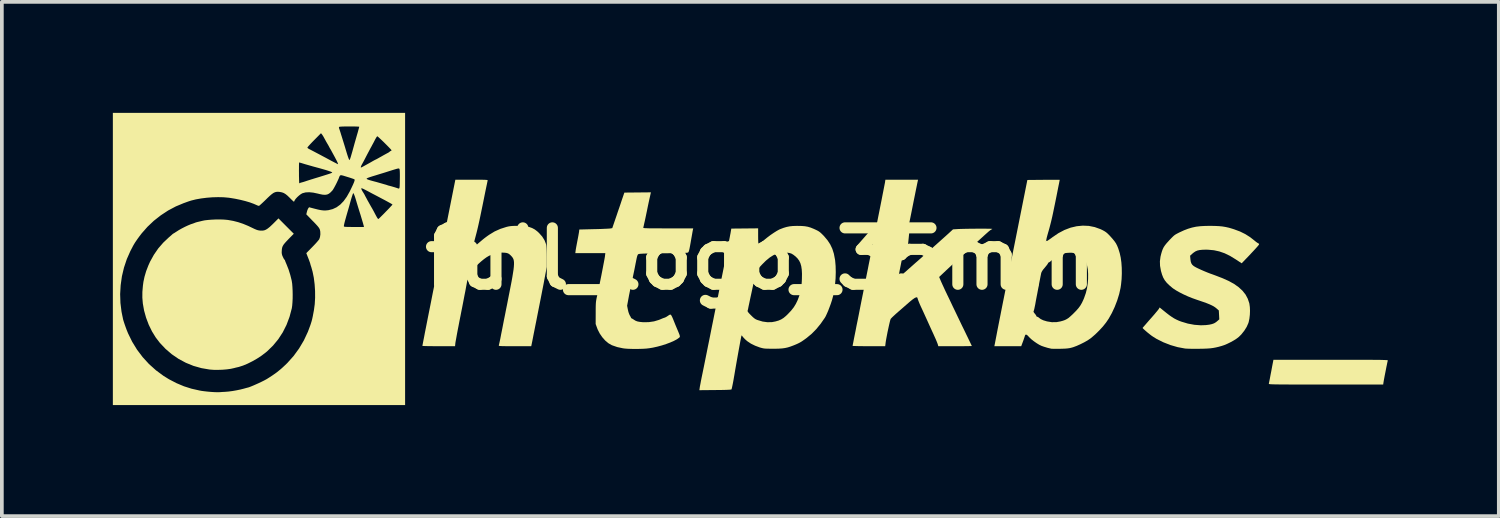
<source format=kicad_pcb>
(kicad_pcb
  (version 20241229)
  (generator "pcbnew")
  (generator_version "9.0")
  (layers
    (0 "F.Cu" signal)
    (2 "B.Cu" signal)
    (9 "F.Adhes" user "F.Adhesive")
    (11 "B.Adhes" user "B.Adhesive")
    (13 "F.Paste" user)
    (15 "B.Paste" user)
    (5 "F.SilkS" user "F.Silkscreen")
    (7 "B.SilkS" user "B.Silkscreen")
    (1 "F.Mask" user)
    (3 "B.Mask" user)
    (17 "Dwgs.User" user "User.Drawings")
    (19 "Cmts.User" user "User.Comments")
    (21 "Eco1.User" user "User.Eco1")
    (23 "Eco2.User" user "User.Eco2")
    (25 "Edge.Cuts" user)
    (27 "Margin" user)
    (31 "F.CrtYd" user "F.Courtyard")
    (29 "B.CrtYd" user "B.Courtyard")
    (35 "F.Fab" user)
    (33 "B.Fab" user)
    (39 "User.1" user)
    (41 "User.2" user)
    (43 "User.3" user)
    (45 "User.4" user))
  (footprint "full_logo_35mm"
    (layer "F.Cu")
    (at 17.502 3.943)
    (property "Reference" "full_logo_35mm" (at 0 0 0) (layer "F.SilkS") (effects (font (size 1.524 1.524) (thickness 0.3))))
    (attr board_only exclude_from_pos_files exclude_from_bom)
    (fp_poly (pts (xy 15.645 2.73) (xy 15.853 2.73) (xy 16.039 2.73) (xy 16.203 2.73) (xy 16.347 2.731) (xy 16.471 2.731) (xy 16.579 2.732) (xy 16.669 2.732) (xy 16.745 2.733) (xy 16.806 2.735) (xy 16.855 2.736) (xy 16.893 2.738) (xy 16.92 2.739) (xy 16.939 2.741) (xy 16.95 2.744) (xy 16.954 2.746) (xy 16.954 2.748) (xy 16.95 2.766) (xy 16.941 2.805) (xy 16.93 2.86) (xy 16.916 2.926) (xy 16.902 3) (xy 16.887 3.076) (xy 16.872 3.151) (xy 16.859 3.22) (xy 16.848 3.278) (xy 16.841 3.322) (xy 16.838 3.339) (xy 16.829 3.399) (xy 15.281 3.399) (xy 15.051 3.399) (xy 14.845 3.399) (xy 14.661 3.399) (xy 14.499 3.399) (xy 14.357 3.399) (xy 14.234 3.398) (xy 14.128 3.398) (xy 14.038 3.397) (xy 13.963 3.396) (xy 13.901 3.395) (xy 13.852 3.394) (xy 13.814 3.392) (xy 13.785 3.391) (xy 13.764 3.389) (xy 13.751 3.386) (xy 13.743 3.384) (xy 13.739 3.381) (xy 13.739 3.378) (xy 13.739 3.377) (xy 13.743 3.357) (xy 13.752 3.312) (xy 13.766 3.243) (xy 13.783 3.15) (xy 13.806 3.033) (xy 13.832 2.892) (xy 13.858 2.758) (xy 13.863 2.73) (xy 15.412 2.73)) (stroke (width 0) (type solid)) (fill yes) (layer "F.SilkS"))
    (fp_poly (pts (xy -12.819 -0.883) (xy -12.612 -0.676) (xy -12.742 -0.544) (xy -12.806 -0.477) (xy -12.854 -0.424) (xy -12.889 -0.38) (xy -12.912 -0.341) (xy -12.926 -0.302) (xy -12.934 -0.26) (xy -12.937 -0.221) (xy -12.939 -0.168) (xy -12.935 -0.128) (xy -12.924 -0.089) (xy -12.908 -0.052) (xy -12.889 -0.013) (xy -12.873 0.015) (xy -12.863 0.025) (xy -12.852 0.035) (xy -12.852 0.039) (xy -12.847 0.056) (xy -12.834 0.09) (xy -12.815 0.135) (xy -12.806 0.156) (xy -12.754 0.288) (xy -12.708 0.434) (xy -12.671 0.581) (xy -12.667 0.601) (xy -12.656 0.672) (xy -12.649 0.761) (xy -12.644 0.863) (xy -12.642 0.97) (xy -12.643 1.076) (xy -12.648 1.177) (xy -12.655 1.265) (xy -12.665 1.335) (xy -12.666 1.34) (xy -12.727 1.569) (xy -12.808 1.785) (xy -12.91 1.988) (xy -13.032 2.175) (xy -13.173 2.346) (xy -13.333 2.502) (xy -13.372 2.534) (xy -13.482 2.618) (xy -13.604 2.698) (xy -13.732 2.771) (xy -13.86 2.835) (xy -13.984 2.887) (xy -14.099 2.924) (xy -14.156 2.937) (xy -14.178 2.942) (xy -14.212 2.951) (xy -14.223 2.954) (xy -14.312 2.974) (xy -14.419 2.989) (xy -14.537 2.999) (xy -14.659 3.003) (xy -14.777 3.002) (xy -14.886 2.994) (xy -14.886 2.994) (xy -15.108 2.956) (xy -15.324 2.895) (xy -15.53 2.811) (xy -15.726 2.706) (xy -15.909 2.581) (xy -16.078 2.436) (xy -16.231 2.274) (xy -16.343 2.128) (xy -16.444 1.964) (xy -16.532 1.784) (xy -16.604 1.593) (xy -16.658 1.4) (xy -16.692 1.209) (xy -16.692 1.207) (xy -16.705 1.052) (xy -16.704 0.895) (xy -16.69 0.73) (xy -16.676 0.625) (xy -16.646 0.484) (xy -16.601 0.332) (xy -16.542 0.18) (xy -16.497 0.08) (xy -16.393 -0.108) (xy -16.276 -0.278) (xy -16.141 -0.434) (xy -15.991 -0.576) (xy -15.952 -0.609) (xy -15.918 -0.639) (xy -15.896 -0.659) (xy -15.895 -0.66) (xy -15.875 -0.677) (xy -15.865 -0.682) (xy -15.852 -0.689) (xy -15.825 -0.706) (xy -15.788 -0.73) (xy -15.786 -0.731) (xy -15.721 -0.773) (xy -15.643 -0.817) (xy -15.56 -0.86) (xy -15.481 -0.897) (xy -15.412 -0.926) (xy -15.391 -0.934) (xy -15.345 -0.949) (xy -15.306 -0.963) (xy -15.284 -0.972) (xy -15.257 -0.982) (xy -15.217 -0.993) (xy -15.196 -0.998) (xy -15.148 -1.009) (xy -15.103 -1.02) (xy -15.088 -1.024) (xy -15.021 -1.038) (xy -14.936 -1.048) (xy -14.837 -1.056) (xy -14.731 -1.061) (xy -14.625 -1.062) (xy -14.523 -1.06) (xy -14.434 -1.053) (xy -14.389 -1.048) (xy -14.249 -1.023) (xy -14.116 -0.989) (xy -13.984 -0.945) (xy -13.846 -0.888) (xy -13.737 -0.836) (xy -13.672 -0.805) (xy -13.622 -0.784) (xy -13.582 -0.771) (xy -13.544 -0.764) (xy -13.509 -0.76) (xy -13.457 -0.76) (xy -13.41 -0.768) (xy -13.365 -0.786) (xy -13.316 -0.817) (xy -13.261 -0.861) (xy -13.196 -0.922) (xy -13.162 -0.955) (xy -13.026 -1.091)) (stroke (width 0) (type solid)) (fill yes) (layer "F.SilkS"))
    (fp_poly (pts (xy 12.278 -0.887) (xy 12.387 -0.882) (xy 12.483 -0.873) (xy 12.573 -0.858) (xy 12.662 -0.838) (xy 12.756 -0.81) (xy 12.8 -0.796) (xy 12.961 -0.736) (xy 13.103 -0.666) (xy 13.234 -0.583) (xy 13.356 -0.487) (xy 13.395 -0.455) (xy 13.431 -0.43) (xy 13.455 -0.416) (xy 13.455 -0.416) (xy 13.475 -0.404) (xy 13.474 -0.386) (xy 13.472 -0.382) (xy 13.458 -0.363) (xy 13.429 -0.328) (xy 13.386 -0.28) (xy 13.332 -0.221) (xy 13.27 -0.155) (xy 13.202 -0.082) (xy 13.129 -0.006) (xy 13.122 0.001) (xy 13.005 0.123) (xy 12.843 0.016) (xy 12.691 -0.077) (xy 12.545 -0.148) (xy 12.401 -0.198) (xy 12.255 -0.23) (xy 12.102 -0.244) (xy 12.043 -0.246) (xy 11.947 -0.243) (xy 11.871 -0.236) (xy 11.809 -0.222) (xy 11.757 -0.2) (xy 11.709 -0.168) (xy 11.678 -0.143) (xy 11.611 -0.082) (xy 11.62 0.018) (xy 11.629 0.078) (xy 11.645 0.125) (xy 11.671 0.164) (xy 11.711 0.199) (xy 11.769 0.233) (xy 11.828 0.262) (xy 11.915 0.302) (xy 12.003 0.34) (xy 12.086 0.374) (xy 12.158 0.402) (xy 12.201 0.417) (xy 12.229 0.427) (xy 12.275 0.444) (xy 12.336 0.467) (xy 12.405 0.494) (xy 12.471 0.519) (xy 12.645 0.596) (xy 12.796 0.678) (xy 12.923 0.768) (xy 13.027 0.864) (xy 13.11 0.968) (xy 13.17 1.081) (xy 13.211 1.203) (xy 13.214 1.219) (xy 13.226 1.307) (xy 13.23 1.408) (xy 13.226 1.514) (xy 13.214 1.617) (xy 13.195 1.708) (xy 13.186 1.738) (xy 13.14 1.842) (xy 13.074 1.947) (xy 12.994 2.047) (xy 12.93 2.11) (xy 12.873 2.155) (xy 12.799 2.203) (xy 12.713 2.251) (xy 12.624 2.295) (xy 12.538 2.332) (xy 12.469 2.355) (xy 12.384 2.379) (xy 12.307 2.397) (xy 12.233 2.411) (xy 12.156 2.421) (xy 12.07 2.427) (xy 11.97 2.431) (xy 11.853 2.433) (xy 11.764 2.434) (xy 11.677 2.434) (xy 11.599 2.432) (xy 11.535 2.43) (xy 11.488 2.427) (xy 11.474 2.426) (xy 11.276 2.389) (xy 11.079 2.332) (xy 10.888 2.257) (xy 10.709 2.168) (xy 10.609 2.106) (xy 10.568 2.078) (xy 10.521 2.042) (xy 10.472 2.003) (xy 10.425 1.963) (xy 10.383 1.926) (xy 10.35 1.896) (xy 10.331 1.875) (xy 10.328 1.869) (xy 10.337 1.857) (xy 10.36 1.83) (xy 10.396 1.789) (xy 10.441 1.737) (xy 10.494 1.676) (xy 10.539 1.625) (xy 10.598 1.558) (xy 10.652 1.496) (xy 10.698 1.44) (xy 10.735 1.396) (xy 10.759 1.365) (xy 10.768 1.352) (xy 10.788 1.316) (xy 10.881 1.392) (xy 10.974 1.467) (xy 11.052 1.527) (xy 11.121 1.575) (xy 11.183 1.614) (xy 11.245 1.646) (xy 11.309 1.675) (xy 11.373 1.699) (xy 11.549 1.752) (xy 11.727 1.785) (xy 11.9 1.798) (xy 12.034 1.793) (xy 12.127 1.782) (xy 12.2 1.766) (xy 12.259 1.745) (xy 12.309 1.715) (xy 12.339 1.691) (xy 12.4 1.638) (xy 12.394 1.517) (xy 12.387 1.397) (xy 12.327 1.344) (xy 12.291 1.315) (xy 12.249 1.287) (xy 12.198 1.26) (xy 12.135 1.231) (xy 12.058 1.2) (xy 11.963 1.166) (xy 11.849 1.127) (xy 11.784 1.105) (xy 11.669 1.064) (xy 11.552 1.017) (xy 11.438 0.965) (xy 11.331 0.911) (xy 11.237 0.858) (xy 11.16 0.808) (xy 11.133 0.788) (xy 11.046 0.714) (xy 10.978 0.647) (xy 10.926 0.581) (xy 10.885 0.51) (xy 10.853 0.429) (xy 10.825 0.333) (xy 10.822 0.319) (xy 10.799 0.191) (xy 10.795 0.069) (xy 10.811 -0.055) (xy 10.829 -0.129) (xy 10.85 -0.201) (xy 10.872 -0.261) (xy 10.898 -0.313) (xy 10.932 -0.364) (xy 10.977 -0.42) (xy 11.037 -0.486) (xy 11.049 -0.5) (xy 11.102 -0.555) (xy 11.144 -0.597) (xy 11.178 -0.628) (xy 11.211 -0.652) (xy 11.249 -0.674) (xy 11.295 -0.698) (xy 11.327 -0.714) (xy 11.447 -0.769) (xy 11.557 -0.811) (xy 11.664 -0.843) (xy 11.772 -0.866) (xy 11.889 -0.88) (xy 12.019 -0.887) (xy 12.15 -0.889)) (stroke (width 0) (type solid)) (fill yes) (layer "F.SilkS"))
    (fp_poly (pts (xy -7.689 -2.136) (xy -7.594 -2.135) (xy -7.521 -2.135) (xy -7.465 -2.134) (xy -7.425 -2.132) (xy -7.398 -2.13) (xy -7.382 -2.127) (xy -7.374 -2.122) (xy -7.372 -2.117) (xy -7.373 -2.113) (xy -7.377 -2.096) (xy -7.385 -2.057) (xy -7.397 -1.999) (xy -7.413 -1.924) (xy -7.431 -1.837) (xy -7.451 -1.739) (xy -7.472 -1.634) (xy -7.474 -1.623) (xy -7.51 -1.446) (xy -7.542 -1.291) (xy -7.57 -1.155) (xy -7.595 -1.037) (xy -7.618 -0.933) (xy -7.639 -0.841) (xy -7.659 -0.758) (xy -7.678 -0.682) (xy -7.697 -0.611) (xy -7.708 -0.569) (xy -7.726 -0.501) (xy -7.741 -0.438) (xy -7.752 -0.386) (xy -7.758 -0.351) (xy -7.759 -0.343) (xy -7.759 -0.301) (xy -7.699 -0.353) (xy -7.621 -0.421) (xy -7.557 -0.475) (xy -7.505 -0.519) (xy -7.459 -0.556) (xy -7.415 -0.589) (xy -7.371 -0.621) (xy -7.329 -0.65) (xy -7.184 -0.738) (xy -7.028 -0.808) (xy -6.862 -0.861) (xy -6.811 -0.873) (xy -6.762 -0.881) (xy -6.708 -0.886) (xy -6.643 -0.889) (xy -6.571 -0.889) (xy -6.445 -0.886) (xy -6.338 -0.876) (xy -6.249 -0.858) (xy -6.171 -0.83) (xy -6.1 -0.792) (xy -6.034 -0.742) (xy -5.986 -0.698) (xy -5.898 -0.599) (xy -5.835 -0.498) (xy -5.795 -0.395) (xy -5.789 -0.369) (xy -5.785 -0.335) (xy -5.781 -0.282) (xy -5.778 -0.213) (xy -5.776 -0.133) (xy -5.775 -0.049) (xy -5.775 -0.04) (xy -5.775 0.221) (xy -5.84 0.562) (xy -5.85 0.619) (xy -5.865 0.696) (xy -5.883 0.789) (xy -5.904 0.895) (xy -5.927 1.014) (xy -5.952 1.14) (xy -5.978 1.272) (xy -6.005 1.408) (xy -6.032 1.544) (xy -6.058 1.678) (xy -6.084 1.806) (xy -6.108 1.928) (xy -6.13 2.038) (xy -6.149 2.136) (xy -6.165 2.218) (xy -6.178 2.282) (xy -6.187 2.325) (xy -6.189 2.335) (xy -6.195 2.363) (xy -6.637 2.363) (xy -6.755 2.363) (xy -6.849 2.363) (xy -6.923 2.362) (xy -6.979 2.361) (xy -7.019 2.359) (xy -7.046 2.357) (xy -7.063 2.354) (xy -7.07 2.35) (xy -7.072 2.345) (xy -7.071 2.341) (xy -7.066 2.322) (xy -7.057 2.282) (xy -7.045 2.227) (xy -7.031 2.16) (xy -7.019 2.098) (xy -7.009 2.045) (xy -6.994 1.97) (xy -6.975 1.876) (xy -6.954 1.767) (xy -6.93 1.644) (xy -6.903 1.512) (xy -6.876 1.373) (xy -6.847 1.23) (xy -6.823 1.106) (xy -6.786 0.918) (xy -6.754 0.754) (xy -6.726 0.611) (xy -6.704 0.487) (xy -6.687 0.381) (xy -6.673 0.291) (xy -6.665 0.216) (xy -6.661 0.152) (xy -6.661 0.1) (xy -6.665 0.057) (xy -6.673 0.021) (xy -6.686 -0.01) (xy -6.702 -0.036) (xy -6.722 -0.061) (xy -6.745 -0.085) (xy -6.748 -0.089) (xy -6.784 -0.121) (xy -6.818 -0.143) (xy -6.857 -0.156) (xy -6.906 -0.163) (xy -6.972 -0.166) (xy -7.001 -0.166) (xy -7.105 -0.156) (xy -7.216 -0.128) (xy -7.326 -0.084) (xy -7.346 -0.074) (xy -7.403 -0.04) (xy -7.471 0.009) (xy -7.546 0.07) (xy -7.622 0.138) (xy -7.695 0.209) (xy -7.715 0.23) (xy -7.778 0.298) (xy -7.825 0.352) (xy -7.859 0.396) (xy -7.883 0.433) (xy -7.898 0.467) (xy -7.908 0.503) (xy -7.909 0.51) (xy -7.916 0.546) (xy -7.926 0.601) (xy -7.938 0.667) (xy -7.951 0.738) (xy -7.955 0.758) (xy -7.964 0.808) (xy -7.977 0.879) (xy -7.995 0.968) (xy -8.015 1.072) (xy -8.037 1.187) (xy -8.061 1.311) (xy -8.087 1.44) (xy -8.112 1.57) (xy -8.113 1.573) (xy -8.138 1.699) (xy -8.161 1.82) (xy -8.183 1.932) (xy -8.202 2.034) (xy -8.218 2.123) (xy -8.231 2.195) (xy -8.241 2.249) (xy -8.246 2.281) (xy -8.246 2.284) (xy -8.254 2.363) (xy -8.695 2.363) (xy -8.798 2.363) (xy -8.892 2.362) (xy -8.975 2.361) (xy -9.044 2.36) (xy -9.096 2.358) (xy -9.127 2.356) (xy -9.136 2.355) (xy -9.135 2.343) (xy -9.129 2.313) (xy -9.12 2.265) (xy -9.107 2.197) (xy -9.09 2.111) (xy -9.07 2.005) (xy -9.045 1.879) (xy -9.016 1.732) (xy -8.983 1.564) (xy -8.945 1.374) (xy -8.903 1.163) (xy -8.857 0.928) (xy -8.805 0.671) (xy -8.75 0.391) (xy -8.689 0.087) (xy -8.623 -0.242) (xy -8.622 -0.25) (xy -8.246 -2.136) (xy -7.806 -2.136)) (stroke (width 0) (type solid)) (fill yes) (layer "F.SilkS"))
    (fp_poly (pts (xy -2.991 -1.659) (xy -3.005 -1.597) (xy -3.022 -1.519) (xy -3.04 -1.433) (xy -3.058 -1.347) (xy -3.064 -1.314) (xy -3.087 -1.205) (xy -3.108 -1.104) (xy -3.127 -1.016) (xy -3.144 -0.942) (xy -3.156 -0.886) (xy -3.165 -0.851) (xy -3.167 -0.844) (xy -3.167 -0.839) (xy -3.164 -0.835) (xy -3.154 -0.831) (xy -3.137 -0.828) (xy -3.111 -0.826) (xy -3.073 -0.825) (xy -3.021 -0.823) (xy -2.953 -0.822) (xy -2.868 -0.822) (xy -2.764 -0.822) (xy -2.638 -0.821) (xy -2.495 -0.821) (xy -1.817 -0.821) (xy -1.824 -0.793) (xy -1.828 -0.772) (xy -1.836 -0.73) (xy -1.846 -0.673) (xy -1.858 -0.604) (xy -1.87 -0.537) (xy -1.888 -0.433) (xy -1.903 -0.35) (xy -1.915 -0.287) (xy -1.925 -0.241) (xy -1.934 -0.209) (xy -1.942 -0.187) (xy -1.951 -0.175) (xy -1.961 -0.168) (xy -1.973 -0.164) (xy -1.978 -0.163) (xy -1.998 -0.161) (xy -2.04 -0.159) (xy -2.103 -0.157) (xy -2.183 -0.155) (xy -2.278 -0.153) (xy -2.385 -0.151) (xy -2.502 -0.149) (xy -2.626 -0.148) (xy -2.645 -0.148) (xy -2.791 -0.146) (xy -2.914 -0.145) (xy -3.016 -0.143) (xy -3.099 -0.141) (xy -3.164 -0.139) (xy -3.215 -0.136) (xy -3.252 -0.134) (xy -3.277 -0.13) (xy -3.294 -0.127) (xy -3.302 -0.123) (xy -3.313 -0.113) (xy -3.322 -0.096) (xy -3.332 -0.069) (xy -3.343 -0.027) (xy -3.355 0.031) (xy -3.371 0.112) (xy -3.372 0.115) (xy -3.389 0.203) (xy -3.409 0.305) (xy -3.432 0.414) (xy -3.454 0.519) (xy -3.469 0.588) (xy -3.49 0.684) (xy -3.512 0.789) (xy -3.533 0.896) (xy -3.553 0.994) (xy -3.564 1.055) (xy -3.604 1.27) (xy -3.583 1.377) (xy -3.568 1.44) (xy -3.549 1.494) (xy -3.531 1.532) (xy -3.512 1.564) (xy -3.501 1.587) (xy -3.5 1.592) (xy -3.49 1.607) (xy -3.478 1.613) (xy -3.453 1.626) (xy -3.422 1.646) (xy -3.418 1.649) (xy -3.376 1.675) (xy -3.329 1.693) (xy -3.27 1.705) (xy -3.195 1.713) (xy -3.166 1.715) (xy -3.018 1.713) (xy -2.876 1.692) (xy -2.745 1.653) (xy -2.703 1.636) (xy -2.657 1.616) (xy -2.618 1.601) (xy -2.594 1.593) (xy -2.59 1.592) (xy -2.572 1.585) (xy -2.54 1.568) (xy -2.506 1.546) (xy -2.469 1.521) (xy -2.446 1.51) (xy -2.431 1.509) (xy -2.418 1.519) (xy -2.417 1.52) (xy -2.403 1.541) (xy -2.384 1.579) (xy -2.363 1.627) (xy -2.356 1.645) (xy -2.333 1.702) (xy -2.305 1.772) (xy -2.275 1.844) (xy -2.256 1.889) (xy -2.224 1.965) (xy -2.201 2.021) (xy -2.186 2.061) (xy -2.179 2.088) (xy -2.178 2.106) (xy -2.184 2.119) (xy -2.194 2.13) (xy -2.2 2.135) (xy -2.259 2.177) (xy -2.34 2.22) (xy -2.437 2.263) (xy -2.547 2.304) (xy -2.664 2.342) (xy -2.786 2.375) (xy -2.908 2.402) (xy -3.004 2.418) (xy -3.079 2.427) (xy -3.171 2.433) (xy -3.273 2.436) (xy -3.379 2.438) (xy -3.483 2.436) (xy -3.58 2.433) (xy -3.662 2.427) (xy -3.716 2.42) (xy -3.87 2.387) (xy -4.003 2.341) (xy -4.023 2.333) (xy -4.111 2.282) (xy -4.196 2.21) (xy -4.274 2.122) (xy -4.343 2.022) (xy -4.398 1.915) (xy -4.414 1.874) (xy -4.454 1.763) (xy -4.453 1.466) (xy -4.453 1.369) (xy -4.452 1.293) (xy -4.45 1.232) (xy -4.447 1.183) (xy -4.442 1.139) (xy -4.435 1.097) (xy -4.426 1.051) (xy -4.418 1.017) (xy -4.404 0.951) (xy -4.386 0.869) (xy -4.366 0.775) (xy -4.345 0.672) (xy -4.323 0.564) (xy -4.301 0.455) (xy -4.28 0.347) (xy -4.26 0.244) (xy -4.242 0.149) (xy -4.226 0.066) (xy -4.214 -0.001) (xy -4.205 -0.05) (xy -4.202 -0.073) (xy -4.193 -0.152) (xy -5.004 -0.152) (xy -4.996 -0.212) (xy -4.992 -0.244) (xy -4.983 -0.296) (xy -4.971 -0.361) (xy -4.957 -0.435) (xy -4.947 -0.487) (xy -4.933 -0.56) (xy -4.92 -0.629) (xy -4.91 -0.686) (xy -4.903 -0.728) (xy -4.901 -0.746) (xy -4.897 -0.79) (xy -4.499 -0.8) (xy -4.399 -0.802) (xy -4.305 -0.805) (xy -4.22 -0.809) (xy -4.149 -0.812) (xy -4.095 -0.815) (xy -4.061 -0.818) (xy -4.053 -0.819) (xy -4.005 -0.828) (xy -3.923 -1.068) (xy -3.89 -1.164) (xy -3.853 -1.274) (xy -3.814 -1.387) (xy -3.778 -1.493) (xy -3.76 -1.548) (xy -3.678 -1.788) (xy -2.961 -1.795)) (stroke (width 0) (type solid)) (fill yes) (layer "F.SilkS"))
    (fp_poly (pts (xy 4.252 -2.107) (xy 4.249 -2.09) (xy 4.24 -2.05) (xy 4.228 -1.99) (xy 4.212 -1.912) (xy 4.193 -1.819) (xy 4.172 -1.713) (xy 4.148 -1.596) (xy 4.123 -1.471) (xy 4.107 -1.39) (xy 4.076 -1.235) (xy 4.042 -1.067) (xy 4.006 -0.89) (xy 3.97 -0.711) (xy 3.934 -0.535) (xy 3.901 -0.368) (xy 3.87 -0.216) (xy 3.848 -0.11) (xy 3.824 0.009) (xy 3.801 0.121) (xy 3.781 0.222) (xy 3.763 0.311) (xy 3.749 0.386) (xy 3.737 0.443) (xy 3.73 0.48) (xy 3.728 0.495) (xy 3.728 0.495) (xy 3.728 0.5) (xy 3.728 0.504) (xy 3.73 0.505) (xy 3.735 0.504) (xy 3.743 0.499) (xy 3.757 0.489) (xy 3.778 0.473) (xy 3.805 0.45) (xy 3.842 0.418) (xy 3.888 0.378) (xy 3.946 0.328) (xy 4.015 0.266) (xy 4.098 0.193) (xy 4.196 0.106) (xy 4.31 0.006) (xy 4.44 -0.11) (xy 4.536 -0.195) (xy 4.628 -0.276) (xy 4.718 -0.357) (xy 4.806 -0.435) (xy 4.886 -0.507) (xy 4.958 -0.571) (xy 5.017 -0.624) (xy 5.061 -0.664) (xy 5.069 -0.671) (xy 5.203 -0.794) (xy 5.309 -0.801) (xy 5.358 -0.804) (xy 5.424 -0.806) (xy 5.502 -0.808) (xy 5.59 -0.81) (xy 5.684 -0.811) (xy 5.781 -0.812) (xy 5.877 -0.813) (xy 5.97 -0.813) (xy 6.056 -0.813) (xy 6.131 -0.812) (xy 6.192 -0.811) (xy 6.236 -0.81) (xy 6.26 -0.808) (xy 6.263 -0.807) (xy 6.259 -0.797) (xy 6.252 -0.796) (xy 6.235 -0.788) (xy 6.205 -0.767) (xy 6.167 -0.737) (xy 6.152 -0.723) (xy 6.111 -0.687) (xy 6.054 -0.636) (xy 5.984 -0.572) (xy 5.902 -0.498) (xy 5.812 -0.416) (xy 5.716 -0.329) (xy 5.617 -0.238) (xy 5.517 -0.146) (xy 5.418 -0.055) (xy 5.323 0.032) (xy 5.235 0.113) (xy 5.156 0.186) (xy 5.088 0.249) (xy 5.035 0.299) (xy 5.027 0.306) (xy 4.829 0.493) (xy 4.873 0.597) (xy 4.892 0.64) (xy 4.919 0.7) (xy 4.953 0.773) (xy 4.99 0.854) (xy 5.03 0.937) (xy 5.044 0.967) (xy 5.091 1.064) (xy 5.144 1.175) (xy 5.198 1.29) (xy 5.251 1.399) (xy 5.295 1.491) (xy 5.338 1.581) (xy 5.388 1.685) (xy 5.442 1.798) (xy 5.497 1.91) (xy 5.548 2.015) (xy 5.565 2.051) (xy 5.604 2.131) (xy 5.639 2.204) (xy 5.669 2.266) (xy 5.692 2.314) (xy 5.707 2.346) (xy 5.712 2.357) (xy 5.7 2.359) (xy 5.665 2.36) (xy 5.611 2.361) (xy 5.54 2.362) (xy 5.455 2.363) (xy 5.359 2.363) (xy 5.259 2.363) (xy 4.806 2.363) (xy 4.791 2.309) (xy 4.779 2.277) (xy 4.76 2.229) (xy 4.735 2.17) (xy 4.707 2.108) (xy 4.705 2.104) (xy 4.674 2.034) (xy 4.64 1.961) (xy 4.609 1.893) (xy 4.587 1.845) (xy 4.519 1.694) (xy 4.458 1.56) (xy 4.403 1.439) (xy 4.351 1.327) (xy 4.336 1.295) (xy 4.308 1.233) (xy 4.284 1.175) (xy 4.265 1.127) (xy 4.254 1.096) (xy 4.252 1.09) (xy 4.243 1.06) (xy 4.233 1.043) (xy 4.233 1.042) (xy 4.209 1.042) (xy 4.169 1.06) (xy 4.115 1.097) (xy 4.047 1.152) (xy 4.018 1.177) (xy 3.966 1.222) (xy 3.902 1.278) (xy 3.831 1.34) (xy 3.761 1.401) (xy 3.719 1.437) (xy 3.661 1.488) (xy 3.609 1.536) (xy 3.565 1.577) (xy 3.535 1.608) (xy 3.52 1.625) (xy 3.512 1.645) (xy 3.5 1.687) (xy 3.486 1.745) (xy 3.47 1.816) (xy 3.453 1.895) (xy 3.435 1.978) (xy 3.419 2.061) (xy 3.404 2.14) (xy 3.391 2.211) (xy 3.382 2.27) (xy 3.38 2.29) (xy 3.371 2.363) (xy 2.93 2.363) (xy 2.828 2.363) (xy 2.733 2.362) (xy 2.65 2.361) (xy 2.582 2.359) (xy 2.53 2.358) (xy 2.499 2.356) (xy 2.489 2.354) (xy 2.492 2.341) (xy 2.499 2.304) (xy 2.511 2.245) (xy 2.526 2.165) (xy 2.546 2.065) (xy 2.57 1.947) (xy 2.596 1.811) (xy 2.627 1.66) (xy 2.66 1.494) (xy 2.695 1.314) (xy 2.733 1.122) (xy 2.774 0.92) (xy 2.816 0.707) (xy 2.86 0.486) (xy 2.906 0.258) (xy 2.924 0.164) (xy 2.971 -0.067) (xy 3.015 -0.292) (xy 3.059 -0.51) (xy 3.1 -0.719) (xy 3.14 -0.918) (xy 3.177 -1.106) (xy 3.212 -1.281) (xy 3.244 -1.443) (xy 3.273 -1.588) (xy 3.298 -1.718) (xy 3.32 -1.829) (xy 3.338 -1.922) (xy 3.352 -1.994) (xy 3.362 -2.044) (xy 3.367 -2.072) (xy 3.367 -2.076) (xy 3.376 -2.136) (xy 4.259 -2.136)) (stroke (width 0) (type solid)) (fill yes) (layer "F.SilkS"))
    (fp_poly (pts (xy 1.111 -0.886) (xy 1.2 -0.879) (xy 1.279 -0.865) (xy 1.356 -0.842) (xy 1.438 -0.809) (xy 1.493 -0.784) (xy 1.542 -0.76) (xy 1.581 -0.737) (xy 1.618 -0.709) (xy 1.657 -0.673) (xy 1.706 -0.624) (xy 1.719 -0.61) (xy 1.811 -0.501) (xy 1.885 -0.389) (xy 1.942 -0.269) (xy 1.984 -0.136) (xy 2.013 0.015) (xy 2.018 0.044) (xy 2.031 0.195) (xy 2.035 0.359) (xy 2.03 0.53) (xy 2.015 0.702) (xy 1.992 0.867) (xy 1.96 1.019) (xy 1.932 1.122) (xy 1.899 1.222) (xy 1.863 1.319) (xy 1.828 1.41) (xy 1.793 1.49) (xy 1.763 1.554) (xy 1.741 1.593) (xy 1.626 1.758) (xy 1.509 1.901) (xy 1.386 2.026) (xy 1.255 2.135) (xy 1.241 2.146) (xy 1.173 2.195) (xy 1.118 2.233) (xy 1.068 2.263) (xy 1.017 2.289) (xy 0.957 2.316) (xy 0.891 2.343) (xy 0.811 2.373) (xy 0.738 2.396) (xy 0.666 2.412) (xy 0.589 2.423) (xy 0.501 2.429) (xy 0.396 2.432) (xy 0.335 2.432) (xy 0.249 2.431) (xy 0.184 2.43) (xy 0.134 2.428) (xy 0.093 2.424) (xy 0.057 2.417) (xy 0.021 2.408) (xy -0.018 2.397) (xy -0.144 2.35) (xy -0.258 2.294) (xy -0.354 2.23) (xy -0.404 2.187) (xy -0.44 2.151) (xy -0.47 2.118) (xy -0.489 2.094) (xy -0.49 2.091) (xy -0.503 2.075) (xy -0.511 2.074) (xy -0.516 2.088) (xy -0.524 2.126) (xy -0.535 2.184) (xy -0.55 2.261) (xy -0.567 2.355) (xy -0.587 2.465) (xy -0.609 2.587) (xy -0.633 2.721) (xy -0.658 2.864) (xy -0.684 3.013) (xy -0.71 3.169) (xy -0.713 3.183) (xy -0.728 3.272) (xy -0.743 3.353) (xy -0.757 3.423) (xy -0.769 3.478) (xy -0.778 3.515) (xy -0.783 3.531) (xy -0.799 3.535) (xy -0.836 3.539) (xy -0.897 3.542) (xy -0.98 3.545) (xy -1.087 3.547) (xy -1.219 3.548) (xy -1.224 3.548) (xy -1.651 3.552) (xy -1.64 3.472) (xy -1.634 3.437) (xy -1.623 3.382) (xy -1.61 3.311) (xy -1.594 3.23) (xy -1.576 3.142) (xy -1.565 3.09) (xy -1.549 3.011) (xy -1.529 2.914) (xy -1.506 2.799) (xy -1.48 2.67) (xy -1.451 2.526) (xy -1.42 2.37) (xy -1.386 2.204) (xy -1.351 2.029) (xy -1.315 1.847) (xy -1.277 1.66) (xy -1.239 1.469) (xy -1.226 1.406) (xy -0.348 1.406) (xy -0.347 1.421) (xy -0.332 1.446) (xy -0.302 1.481) (xy -0.257 1.527) (xy -0.206 1.577) (xy -0.164 1.612) (xy -0.127 1.636) (xy -0.086 1.654) (xy -0.082 1.655) (xy 0.057 1.697) (xy 0.188 1.715) (xy 0.314 1.712) (xy 0.407 1.694) (xy 0.49 1.67) (xy 0.559 1.64) (xy 0.623 1.6) (xy 0.688 1.546) (xy 0.735 1.501) (xy 0.826 1.405) (xy 0.898 1.314) (xy 0.956 1.22) (xy 1.005 1.118) (xy 1.013 1.098) (xy 1.049 0.999) (xy 1.077 0.908) (xy 1.096 0.818) (xy 1.109 0.721) (xy 1.117 0.611) (xy 1.12 0.537) (xy 1.122 0.404) (xy 1.116 0.293) (xy 1.102 0.199) (xy 1.079 0.12) (xy 1.046 0.052) (xy 1.002 -0.008) (xy 0.946 -0.064) (xy 0.94 -0.068) (xy 0.885 -0.111) (xy 0.835 -0.14) (xy 0.781 -0.157) (xy 0.716 -0.164) (xy 0.659 -0.166) (xy 0.548 -0.159) (xy 0.446 -0.136) (xy 0.349 -0.096) (xy 0.254 -0.036) (xy 0.155 0.045) (xy 0.128 0.07) (xy 0.046 0.152) (xy -0.018 0.221) (xy -0.066 0.283) (xy -0.101 0.34) (xy -0.124 0.395) (xy -0.131 0.419) (xy -0.139 0.454) (xy -0.152 0.509) (xy -0.168 0.58) (xy -0.187 0.665) (xy -0.208 0.757) (xy -0.229 0.855) (xy -0.25 0.953) (xy -0.271 1.048) (xy -0.289 1.135) (xy -0.305 1.21) (xy -0.318 1.27) (xy -0.326 1.31) (xy -0.327 1.314) (xy -0.335 1.357) (xy -0.344 1.392) (xy -0.348 1.406) (xy -1.226 1.406) (xy -1.2 1.276) (xy -1.161 1.082) (xy -1.123 0.89) (xy -1.085 0.702) (xy -1.049 0.517) (xy -1.013 0.34) (xy -0.979 0.17) (xy -0.948 0.011) (xy -0.918 -0.138) (xy -0.891 -0.273) (xy -0.868 -0.393) (xy -0.847 -0.497) (xy -0.83 -0.582) (xy -0.818 -0.648) (xy -0.809 -0.692) (xy -0.806 -0.711) (xy -0.788 -0.815) (xy -0.063 -0.822) (xy -0.063 -0.607) (xy -0.062 -0.524) (xy -0.06 -0.459) (xy -0.057 -0.415) (xy -0.053 -0.394) (xy -0.051 -0.392) (xy -0.037 -0.399) (xy -0.008 -0.42) (xy 0.032 -0.452) (xy 0.078 -0.49) (xy 0.079 -0.49) (xy 0.176 -0.569) (xy 0.271 -0.641) (xy 0.362 -0.703) (xy 0.443 -0.754) (xy 0.511 -0.791) (xy 0.535 -0.801) (xy 0.627 -0.836) (xy 0.709 -0.86) (xy 0.789 -0.876) (xy 0.875 -0.885) (xy 0.975 -0.888) (xy 1.005 -0.888)) (stroke (width 0) (type solid)) (fill yes) (layer "F.SilkS"))
    (fp_poly (pts (xy 7.997 -2.134) (xy 8.048 -2.133) (xy 8.079 -2.133) (xy 8.088 -2.132) (xy 8.085 -2.119) (xy 8.078 -2.084) (xy 8.068 -2.03) (xy 8.053 -1.959) (xy 8.036 -1.873) (xy 8.017 -1.776) (xy 7.996 -1.67) (xy 7.988 -1.63) (xy 7.957 -1.478) (xy 7.93 -1.348) (xy 7.907 -1.236) (xy 7.886 -1.139) (xy 7.866 -1.053) (xy 7.847 -0.975) (xy 7.828 -0.901) (xy 7.809 -0.828) (xy 7.788 -0.753) (xy 7.778 -0.72) (xy 7.754 -0.635) (xy 7.737 -0.571) (xy 7.727 -0.525) (xy 7.724 -0.496) (xy 7.727 -0.48) (xy 7.731 -0.476) (xy 7.745 -0.48) (xy 7.774 -0.498) (xy 7.816 -0.527) (xy 7.867 -0.563) (xy 7.893 -0.583) (xy 8.052 -0.691) (xy 8.215 -0.777) (xy 8.38 -0.84) (xy 8.546 -0.879) (xy 8.711 -0.895) (xy 8.874 -0.888) (xy 9.033 -0.856) (xy 9.187 -0.801) (xy 9.234 -0.779) (xy 9.292 -0.748) (xy 9.338 -0.718) (xy 9.381 -0.682) (xy 9.428 -0.635) (xy 9.445 -0.617) (xy 9.513 -0.541) (xy 9.566 -0.476) (xy 9.608 -0.415) (xy 9.641 -0.35) (xy 9.67 -0.277) (xy 9.698 -0.188) (xy 9.711 -0.145) (xy 9.736 -0.031) (xy 9.754 0.101) (xy 9.764 0.246) (xy 9.766 0.397) (xy 9.76 0.55) (xy 9.745 0.697) (xy 9.732 0.786) (xy 9.694 0.956) (xy 9.64 1.13) (xy 9.573 1.303) (xy 9.496 1.468) (xy 9.411 1.619) (xy 9.339 1.725) (xy 9.253 1.833) (xy 9.153 1.941) (xy 9.048 2.044) (xy 8.945 2.133) (xy 8.915 2.156) (xy 8.84 2.207) (xy 8.748 2.259) (xy 8.648 2.309) (xy 8.548 2.354) (xy 8.455 2.389) (xy 8.41 2.402) (xy 8.361 2.414) (xy 8.308 2.422) (xy 8.247 2.428) (xy 8.172 2.431) (xy 8.1 2.433) (xy 8.028 2.434) (xy 7.962 2.434) (xy 7.909 2.433) (xy 7.872 2.432) (xy 7.86 2.431) (xy 7.762 2.408) (xy 7.663 2.378) (xy 7.595 2.354) (xy 7.535 2.325) (xy 7.466 2.283) (xy 7.394 2.233) (xy 7.327 2.181) (xy 7.272 2.13) (xy 7.248 2.104) (xy 7.21 2.065) (xy 7.18 2.049) (xy 7.158 2.056) (xy 7.147 2.082) (xy 7.139 2.108) (xy 7.124 2.152) (xy 7.106 2.205) (xy 7.093 2.24) (xy 7.047 2.363) (xy 6.321 2.363) (xy 6.337 2.284) (xy 6.351 2.211) (xy 6.366 2.133) (xy 6.382 2.051) (xy 6.399 1.961) (xy 6.418 1.864) (xy 6.439 1.757) (xy 6.462 1.64) (xy 6.488 1.51) (xy 6.502 1.437) (xy 7.38 1.437) (xy 7.401 1.468) (xy 7.412 1.481) (xy 7.437 1.512) (xy 7.453 1.538) (xy 7.456 1.548) (xy 7.466 1.564) (xy 7.479 1.567) (xy 7.504 1.576) (xy 7.526 1.594) (xy 7.574 1.63) (xy 7.644 1.663) (xy 7.74 1.692) (xy 7.743 1.693) (xy 7.874 1.714) (xy 7.999 1.713) (xy 8.105 1.694) (xy 8.174 1.675) (xy 8.23 1.655) (xy 8.279 1.63) (xy 8.327 1.599) (xy 8.378 1.555) (xy 8.44 1.498) (xy 8.454 1.484) (xy 8.534 1.403) (xy 8.597 1.331) (xy 8.648 1.26) (xy 8.69 1.187) (xy 8.729 1.103) (xy 8.746 1.062) (xy 8.793 0.928) (xy 8.825 0.798) (xy 8.845 0.663) (xy 8.854 0.55) (xy 8.855 0.41) (xy 8.847 0.289) (xy 8.826 0.18) (xy 8.809 0.12) (xy 8.795 0.081) (xy 8.776 0.048) (xy 8.75 0.015) (xy 8.71 -0.026) (xy 8.688 -0.047) (xy 8.627 -0.101) (xy 8.578 -0.136) (xy 8.542 -0.152) (xy 8.49 -0.161) (xy 8.423 -0.165) (xy 8.351 -0.164) (xy 8.282 -0.159) (xy 8.233 -0.152) (xy 8.151 -0.126) (xy 8.062 -0.086) (xy 7.976 -0.038) (xy 7.902 0.015) (xy 7.883 0.031) (xy 7.846 0.064) (xy 7.814 0.088) (xy 7.793 0.1) (xy 7.79 0.101) (xy 7.774 0.111) (xy 7.772 0.12) (xy 7.764 0.137) (xy 7.743 0.167) (xy 7.711 0.207) (xy 7.684 0.24) (xy 7.641 0.291) (xy 7.613 0.331) (xy 7.595 0.365) (xy 7.584 0.4) (xy 7.583 0.408) (xy 7.576 0.442) (xy 7.565 0.498) (xy 7.551 0.57) (xy 7.534 0.655) (xy 7.517 0.749) (xy 7.498 0.848) (xy 7.479 0.949) (xy 7.46 1.046) (xy 7.443 1.136) (xy 7.429 1.216) (xy 7.424 1.244) (xy 7.411 1.305) (xy 7.4 1.359) (xy 7.389 1.398) (xy 7.382 1.418) (xy 7.381 1.419) (xy 7.38 1.437) (xy 6.502 1.437) (xy 6.516 1.367) (xy 6.547 1.21) (xy 6.582 1.036) (xy 6.62 0.845) (xy 6.662 0.634) (xy 6.708 0.404) (xy 6.758 0.152) (xy 6.813 -0.122) (xy 6.837 -0.246) (xy 6.879 -0.455) (xy 7.696 -0.455) (xy 7.705 -0.443) (xy 7.708 -0.442) (xy 7.721 -0.452) (xy 7.721 -0.455) (xy 7.711 -0.467) (xy 7.708 -0.468) (xy 7.696 -0.458) (xy 7.696 -0.455) (xy 6.879 -0.455) (xy 7.213 -2.129) (xy 7.65 -2.133) (xy 7.753 -2.133) (xy 7.846 -2.134) (xy 7.929 -2.134)) (stroke (width 0) (type solid)) (fill yes) (layer "F.SilkS"))
    (fp_poly (pts (xy -9.604 3.955) (xy -17.502 3.955) (xy -17.502 0.956) (xy -17.305 0.956) (xy -17.297 1.196) (xy -17.268 1.43) (xy -17.248 1.529) (xy -17.239 1.571) (xy -17.231 1.609) (xy -17.23 1.618) (xy -17.222 1.651) (xy -17.206 1.703) (xy -17.185 1.767) (xy -17.16 1.838) (xy -17.134 1.91) (xy -17.107 1.977) (xy -17.091 2.016) (xy -16.98 2.243) (xy -16.848 2.458) (xy -16.696 2.659) (xy -16.526 2.845) (xy -16.339 3.013) (xy -16.136 3.163) (xy -15.986 3.256) (xy -15.782 3.362) (xy -15.58 3.447) (xy -15.375 3.512) (xy -15.158 3.561) (xy -15.103 3.571) (xy -15.035 3.58) (xy -14.956 3.589) (xy -14.871 3.597) (xy -14.787 3.603) (xy -14.712 3.606) (xy -14.652 3.607) (xy -14.627 3.606) (xy -14.591 3.604) (xy -14.539 3.6) (xy -14.481 3.597) (xy -14.46 3.596) (xy -14.369 3.588) (xy -14.265 3.574) (xy -14.157 3.555) (xy -14.055 3.534) (xy -13.968 3.512) (xy -13.921 3.499) (xy -13.881 3.488) (xy -13.856 3.482) (xy -13.856 3.482) (xy -13.821 3.472) (xy -13.769 3.452) (xy -13.704 3.425) (xy -13.631 3.393) (xy -13.555 3.359) (xy -13.48 3.323) (xy -13.412 3.289) (xy -13.356 3.259) (xy -13.332 3.245) (xy -13.194 3.156) (xy -13.072 3.07) (xy -12.96 2.979) (xy -12.849 2.877) (xy -12.788 2.818) (xy -12.619 2.63) (xy -12.47 2.426) (xy -12.34 2.207) (xy -12.231 1.974) (xy -12.164 1.794) (xy -12.147 1.742) (xy -12.133 1.697) (xy -12.121 1.653) (xy -12.11 1.606) (xy -12.098 1.55) (xy -12.085 1.48) (xy -12.068 1.39) (xy -12.046 1.228) (xy -12.036 1.053) (xy -12.037 0.871) (xy -12.049 0.69) (xy -12.071 0.514) (xy -12.104 0.351) (xy -12.138 0.229) (xy -12.153 0.184) (xy -12.164 0.147) (xy -12.169 0.127) (xy -12.169 0.125) (xy -12.174 0.109) (xy -12.186 0.076) (xy -12.203 0.029) (xy -12.222 -0.019) (xy -12.274 -0.152) (xy -12.11 -0.319) (xy -12.056 -0.375) (xy -12.007 -0.428) (xy -11.966 -0.475) (xy -11.937 -0.51) (xy -11.923 -0.53) (xy -11.904 -0.587) (xy -11.894 -0.658) (xy -11.896 -0.73) (xy -11.905 -0.779) (xy -11.914 -0.803) (xy -11.927 -0.828) (xy -11.948 -0.857) (xy -11.971 -0.885) (xy -11.259 -0.885) (xy -11.259 -0.877) (xy -11.254 -0.87) (xy -11.243 -0.866) (xy -11.221 -0.863) (xy -11.187 -0.861) (xy -11.136 -0.86) (xy -11.065 -0.859) (xy -10.987 -0.859) (xy -10.716 -0.859) (xy -10.723 -0.894) (xy -10.731 -0.922) (xy -10.744 -0.97) (xy -10.763 -1.033) (xy -10.785 -1.107) (xy -10.809 -1.187) (xy -10.835 -1.269) (xy -10.855 -1.333) (xy -10.875 -1.398) (xy -10.896 -1.468) (xy -10.915 -1.53) (xy -10.918 -1.542) (xy -10.942 -1.621) (xy -10.963 -1.687) (xy -10.982 -1.736) (xy -10.996 -1.765) (xy -11.006 -1.774) (xy -11.006 -1.773) (xy -11.016 -1.754) (xy -11.03 -1.713) (xy -11.05 -1.652) (xy -11.073 -1.574) (xy -11.099 -1.482) (xy -11.101 -1.472) (xy -11.12 -1.404) (xy -11.141 -1.331) (xy -11.16 -1.266) (xy -11.166 -1.245) (xy -11.194 -1.148) (xy -11.218 -1.061) (xy -11.238 -0.988) (xy -11.251 -0.932) (xy -11.258 -0.895) (xy -11.259 -0.885) (xy -11.971 -0.885) (xy -11.978 -0.893) (xy -12.02 -0.939) (xy -12.077 -0.999) (xy -12.099 -1.02) (xy -12.274 -1.201) (xy -12.258 -1.268) (xy -12.245 -1.312) (xy -12.229 -1.349) (xy -12.221 -1.363) (xy -12.199 -1.392) (xy -12.055 -1.354) (xy -11.959 -1.33) (xy -11.881 -1.314) (xy -11.814 -1.306) (xy -11.754 -1.305) (xy -11.693 -1.311) (xy -11.675 -1.313) (xy -11.561 -1.342) (xy -11.456 -1.391) (xy -11.357 -1.463) (xy -11.266 -1.557) (xy -11.181 -1.675) (xy -11.101 -1.816) (xy -11.09 -1.839) (xy -11.063 -1.895) (xy -10.789 -1.895) (xy -10.785 -1.882) (xy -10.774 -1.856) (xy -10.753 -1.818) (xy -10.733 -1.787) (xy -10.711 -1.751) (xy -10.696 -1.724) (xy -10.691 -1.713) (xy -10.685 -1.701) (xy -10.669 -1.671) (xy -10.646 -1.629) (xy -10.619 -1.578) (xy -10.589 -1.525) (xy -10.56 -1.473) (xy -10.534 -1.427) (xy -10.514 -1.392) (xy -10.502 -1.372) (xy -10.501 -1.371) (xy -10.492 -1.355) (xy -10.474 -1.322) (xy -10.449 -1.277) (xy -10.426 -1.232) (xy -10.392 -1.168) (xy -10.367 -1.123) (xy -10.349 -1.094) (xy -10.336 -1.079) (xy -10.327 -1.074) (xy -10.326 -1.074) (xy -10.315 -1.083) (xy -10.289 -1.107) (xy -10.252 -1.144) (xy -10.204 -1.191) (xy -10.15 -1.246) (xy -10.132 -1.265) (xy -10.076 -1.322) (xy -10.027 -1.373) (xy -9.988 -1.416) (xy -9.96 -1.446) (xy -9.946 -1.462) (xy -9.945 -1.464) (xy -9.953 -1.471) (xy -9.977 -1.487) (xy -10.018 -1.51) (xy -10.078 -1.543) (xy -10.157 -1.586) (xy -10.256 -1.638) (xy -10.375 -1.701) (xy -10.444 -1.737) (xy -10.515 -1.774) (xy -10.579 -1.809) (xy -10.63 -1.836) (xy -10.64 -1.841) (xy -10.688 -1.866) (xy -10.73 -1.887) (xy -10.76 -1.9) (xy -10.765 -1.901) (xy -10.786 -1.906) (xy -10.789 -1.895) (xy -11.063 -1.895) (xy -11.045 -1.932) (xy -11.011 -2.005) (xy -10.987 -2.061) (xy -10.973 -2.101) (xy -10.967 -2.127) (xy -10.97 -2.142) (xy -10.973 -2.146) (xy -10.991 -2.154) (xy -11.017 -2.164) (xy -10.644 -2.164) (xy -10.64 -2.157) (xy -10.638 -2.155) (xy -10.619 -2.144) (xy -10.581 -2.13) (xy -10.534 -2.116) (xy -10.52 -2.112) (xy -10.454 -2.094) (xy -10.381 -2.075) (xy -10.308 -2.054) (xy -10.238 -2.034) (xy -10.176 -2.016) (xy -10.126 -2.002) (xy -10.094 -1.992) (xy -10.084 -1.988) (xy -10.054 -1.978) (xy -10.044 -1.976) (xy -10.017 -1.969) (xy -9.976 -1.958) (xy -9.928 -1.944) (xy -9.88 -1.93) (xy -9.837 -1.916) (xy -9.807 -1.906) (xy -9.795 -1.901) (xy -9.778 -1.897) (xy -9.769 -1.898) (xy -9.762 -1.903) (xy -9.757 -1.915) (xy -9.753 -1.938) (xy -9.75 -1.976) (xy -9.748 -2.031) (xy -9.747 -2.106) (xy -9.746 -2.155) (xy -9.745 -2.249) (xy -9.746 -2.32) (xy -9.748 -2.371) (xy -9.751 -2.405) (xy -9.756 -2.425) (xy -9.759 -2.429) (xy -9.763 -2.435) (xy -9.77 -2.439) (xy -9.78 -2.44) (xy -9.796 -2.438) (xy -9.822 -2.433) (xy -9.859 -2.422) (xy -9.91 -2.407) (xy -9.978 -2.386) (xy -10.066 -2.358) (xy -10.147 -2.332) (xy -10.199 -2.316) (xy -10.265 -2.296) (xy -10.337 -2.274) (xy -10.394 -2.256) (xy -10.481 -2.23) (xy -10.546 -2.209) (xy -10.592 -2.193) (xy -10.622 -2.181) (xy -10.639 -2.172) (xy -10.644 -2.164) (xy -11.017 -2.164) (xy -11.027 -2.167) (xy -11.076 -2.184) (xy -11.12 -2.198) (xy -11.179 -2.216) (xy -11.234 -2.233) (xy -11.276 -2.246) (xy -11.295 -2.251) (xy -11.335 -2.259) (xy -11.362 -2.25) (xy -11.38 -2.22) (xy -11.386 -2.203) (xy -11.4 -2.165) (xy -11.424 -2.113) (xy -11.452 -2.053) (xy -11.483 -1.992) (xy -11.514 -1.934) (xy -11.541 -1.887) (xy -11.561 -1.855) (xy -11.565 -1.85) (xy -11.615 -1.797) (xy -11.662 -1.759) (xy -11.711 -1.736) (xy -11.766 -1.728) (xy -11.833 -1.732) (xy -11.916 -1.749) (xy -11.964 -1.761) (xy -12.086 -1.787) (xy -12.197 -1.798) (xy -12.294 -1.793) (xy -12.374 -1.772) (xy -12.38 -1.77) (xy -12.422 -1.746) (xy -12.469 -1.71) (xy -12.516 -1.668) (xy -12.556 -1.625) (xy -12.584 -1.587) (xy -12.592 -1.57) (xy -12.602 -1.548) (xy -12.61 -1.542) (xy -12.621 -1.55) (xy -12.647 -1.573) (xy -12.682 -1.607) (xy -12.719 -1.644) (xy -12.781 -1.704) (xy -12.834 -1.747) (xy -12.882 -1.776) (xy -12.931 -1.794) (xy -12.986 -1.805) (xy -12.988 -1.805) (xy -13.037 -1.81) (xy -13.08 -1.808) (xy -13.12 -1.798) (xy -13.161 -1.779) (xy -13.206 -1.747) (xy -13.26 -1.701) (xy -13.325 -1.64) (xy -13.36 -1.605) (xy -13.415 -1.552) (xy -13.465 -1.505) (xy -13.507 -1.467) (xy -13.536 -1.441) (xy -13.552 -1.43) (xy -13.552 -1.43) (xy -13.575 -1.433) (xy -13.606 -1.445) (xy -13.609 -1.447) (xy -13.696 -1.485) (xy -13.803 -1.524) (xy -13.925 -1.56) (xy -14.058 -1.593) (xy -14.198 -1.622) (xy -14.338 -1.645) (xy -14.376 -1.65) (xy -14.51 -1.662) (xy -14.656 -1.665) (xy -14.81 -1.661) (xy -14.965 -1.649) (xy -15.116 -1.63) (xy -15.257 -1.605) (xy -15.382 -1.574) (xy -15.442 -1.555) (xy -15.468 -1.546) (xy -15.51 -1.531) (xy -15.562 -1.512) (xy -15.588 -1.503) (xy -15.799 -1.415) (xy -16.007 -1.305) (xy -16.206 -1.174) (xy -16.395 -1.026) (xy -16.568 -0.862) (xy -16.723 -0.686) (xy -16.782 -0.609) (xy -16.832 -0.541) (xy -16.87 -0.486) (xy -16.902 -0.439) (xy -16.93 -0.393) (xy -16.959 -0.342) (xy -16.991 -0.28) (xy -17.03 -0.205) (xy -17.125 0.01) (xy -17.201 0.238) (xy -17.257 0.473) (xy -17.291 0.714) (xy -17.305 0.956) (xy -17.502 0.956) (xy -17.502 -2.379) (xy -12.473 -2.379) (xy -12.472 -2.306) (xy -12.472 -2.235) (xy -12.47 -2.168) (xy -12.469 -2.112) (xy -12.467 -2.07) (xy -12.465 -2.046) (xy -12.464 -2.043) (xy -12.45 -2.042) (xy -12.448 -2.044) (xy -12.431 -2.054) (xy -12.416 -2.058) (xy -12.393 -2.064) (xy -12.353 -2.075) (xy -12.303 -2.091) (xy -12.283 -2.098) (xy -12.225 -2.117) (xy -12.168 -2.135) (xy -12.121 -2.15) (xy -12.112 -2.152) (xy -12.069 -2.166) (xy -12.007 -2.185) (xy -11.933 -2.207) (xy -11.854 -2.232) (xy -11.774 -2.257) (xy -11.701 -2.28) (xy -11.657 -2.294) (xy -11.615 -2.309) (xy -11.585 -2.322) (xy -11.572 -2.332) (xy -11.572 -2.333) (xy -11.586 -2.342) (xy -11.621 -2.357) (xy -11.674 -2.375) (xy -11.742 -2.397) (xy -11.822 -2.42) (xy -11.91 -2.445) (xy -11.954 -2.457) (xy -11.999 -2.469) (xy -10.802 -2.469) (xy -10.798 -2.464) (xy -10.784 -2.47) (xy -10.755 -2.484) (xy -10.731 -2.497) (xy -10.688 -2.521) (xy -10.635 -2.55) (xy -10.59 -2.575) (xy -10.543 -2.601) (xy -10.5 -2.626) (xy -10.47 -2.643) (xy -10.434 -2.663) (xy -10.402 -2.679) (xy -10.379 -2.69) (xy -10.34 -2.711) (xy -10.291 -2.739) (xy -10.244 -2.765) (xy -10.188 -2.797) (xy -10.135 -2.826) (xy -10.091 -2.85) (xy -10.068 -2.862) (xy -10.039 -2.879) (xy -10.022 -2.892) (xy -10.021 -2.895) (xy -10.011 -2.905) (xy -9.996 -2.91) (xy -9.975 -2.922) (xy -9.97 -2.931) (xy -9.979 -2.944) (xy -10.003 -2.971) (xy -10.039 -3.009) (xy -10.083 -3.054) (xy -10.133 -3.104) (xy -10.184 -3.155) (xy -10.234 -3.203) (xy -10.28 -3.246) (xy -10.318 -3.281) (xy -10.344 -3.303) (xy -10.356 -3.311) (xy -10.367 -3.3) (xy -10.386 -3.272) (xy -10.409 -3.232) (xy -10.419 -3.213) (xy -10.45 -3.152) (xy -10.487 -3.084) (xy -10.521 -3.02) (xy -10.525 -3.014) (xy -10.552 -2.964) (xy -10.586 -2.899) (xy -10.624 -2.828) (xy -10.661 -2.757) (xy -10.667 -2.745) (xy -10.699 -2.683) (xy -10.728 -2.628) (xy -10.752 -2.584) (xy -10.768 -2.555) (xy -10.772 -2.549) (xy -10.787 -2.519) (xy -10.798 -2.49) (xy -10.802 -2.469) (xy -11.999 -2.469) (xy -12.017 -2.474) (xy -12.091 -2.494) (xy -12.171 -2.517) (xy -12.248 -2.539) (xy -12.315 -2.558) (xy -12.363 -2.573) (xy -12.409 -2.587) (xy -12.445 -2.597) (xy -12.465 -2.603) (xy -12.467 -2.603) (xy -12.469 -2.591) (xy -12.471 -2.558) (xy -12.472 -2.509) (xy -12.472 -2.448) (xy -12.473 -2.379) (xy -17.502 -2.379) (xy -17.502 -3.005) (xy -12.245 -3.005) (xy -12.234 -2.989) (xy -12.209 -2.971) (xy -12.204 -2.968) (xy -12.172 -2.952) (xy -12.122 -2.926) (xy -12.059 -2.893) (xy -11.985 -2.854) (xy -11.907 -2.813) (xy -11.827 -2.77) (xy -11.749 -2.729) (xy -11.679 -2.691) (xy -11.645 -2.673) (xy -11.603 -2.65) (xy -11.555 -2.625) (xy -11.507 -2.6) (xy -11.464 -2.578) (xy -11.431 -2.561) (xy -11.415 -2.554) (xy -11.415 -2.553) (xy -11.417 -2.563) (xy -11.425 -2.588) (xy -11.426 -2.591) (xy -11.438 -2.619) (xy -11.459 -2.662) (xy -11.485 -2.711) (xy -11.496 -2.733) (xy -11.526 -2.788) (xy -11.556 -2.843) (xy -11.581 -2.889) (xy -11.587 -2.9) (xy -11.606 -2.936) (xy -11.621 -2.961) (xy -11.626 -2.97) (xy -11.636 -2.985) (xy -11.648 -3.008) (xy -11.662 -3.035) (xy -11.684 -3.075) (xy -11.708 -3.115) (xy -11.738 -3.167) (xy -11.769 -3.224) (xy -11.789 -3.26) (xy -11.813 -3.304) (xy -11.837 -3.342) (xy -11.851 -3.361) (xy -11.877 -3.393) (xy -12.061 -3.207) (xy -12.116 -3.151) (xy -12.165 -3.099) (xy -12.204 -3.056) (xy -12.231 -3.025) (xy -12.244 -3.007) (xy -12.245 -3.005) (xy -17.502 -3.005) (xy -17.502 -3.549) (xy -11.393 -3.549) (xy -11.388 -3.525) (xy -11.379 -3.5) (xy -11.365 -3.458) (xy -11.348 -3.405) (xy -11.335 -3.361) (xy -11.314 -3.295) (xy -11.293 -3.227) (xy -11.274 -3.166) (xy -11.266 -3.14) (xy -11.248 -3.082) (xy -11.227 -3.014) (xy -11.209 -2.951) (xy -11.208 -2.951) (xy -11.186 -2.876) (xy -11.165 -2.808) (xy -11.145 -2.748) (xy -11.128 -2.703) (xy -11.115 -2.674) (xy -11.109 -2.666) (xy -11.101 -2.677) (xy -11.088 -2.706) (xy -11.079 -2.733) (xy -11.067 -2.771) (xy -11.051 -2.827) (xy -11.032 -2.891) (xy -11.014 -2.957) (xy -10.995 -3.025) (xy -10.972 -3.109) (xy -10.946 -3.2) (xy -10.92 -3.29) (xy -10.907 -3.336) (xy -10.886 -3.407) (xy -10.869 -3.47) (xy -10.855 -3.52) (xy -10.846 -3.554) (xy -10.843 -3.567) (xy -10.854 -3.57) (xy -10.887 -3.572) (xy -10.936 -3.574) (xy -10.997 -3.575) (xy -11.065 -3.576) (xy -11.137 -3.576) (xy -11.207 -3.575) (xy -11.271 -3.574) (xy -11.324 -3.572) (xy -11.363 -3.569) (xy -11.382 -3.566) (xy -11.383 -3.565) (xy -11.393 -3.549) (xy -17.502 -3.549) (xy -17.502 -3.943) (xy -9.604 -3.943)) (stroke (width 0) (type solid)) (fill yes) (layer "F.SilkS")))
  (gr_rect
    (start -3 -3)
    (end 37.456 10.898)
    (stroke (width 0.1) (type default))
    (fill no)
    (layer "Edge.Cuts")))
</source>
